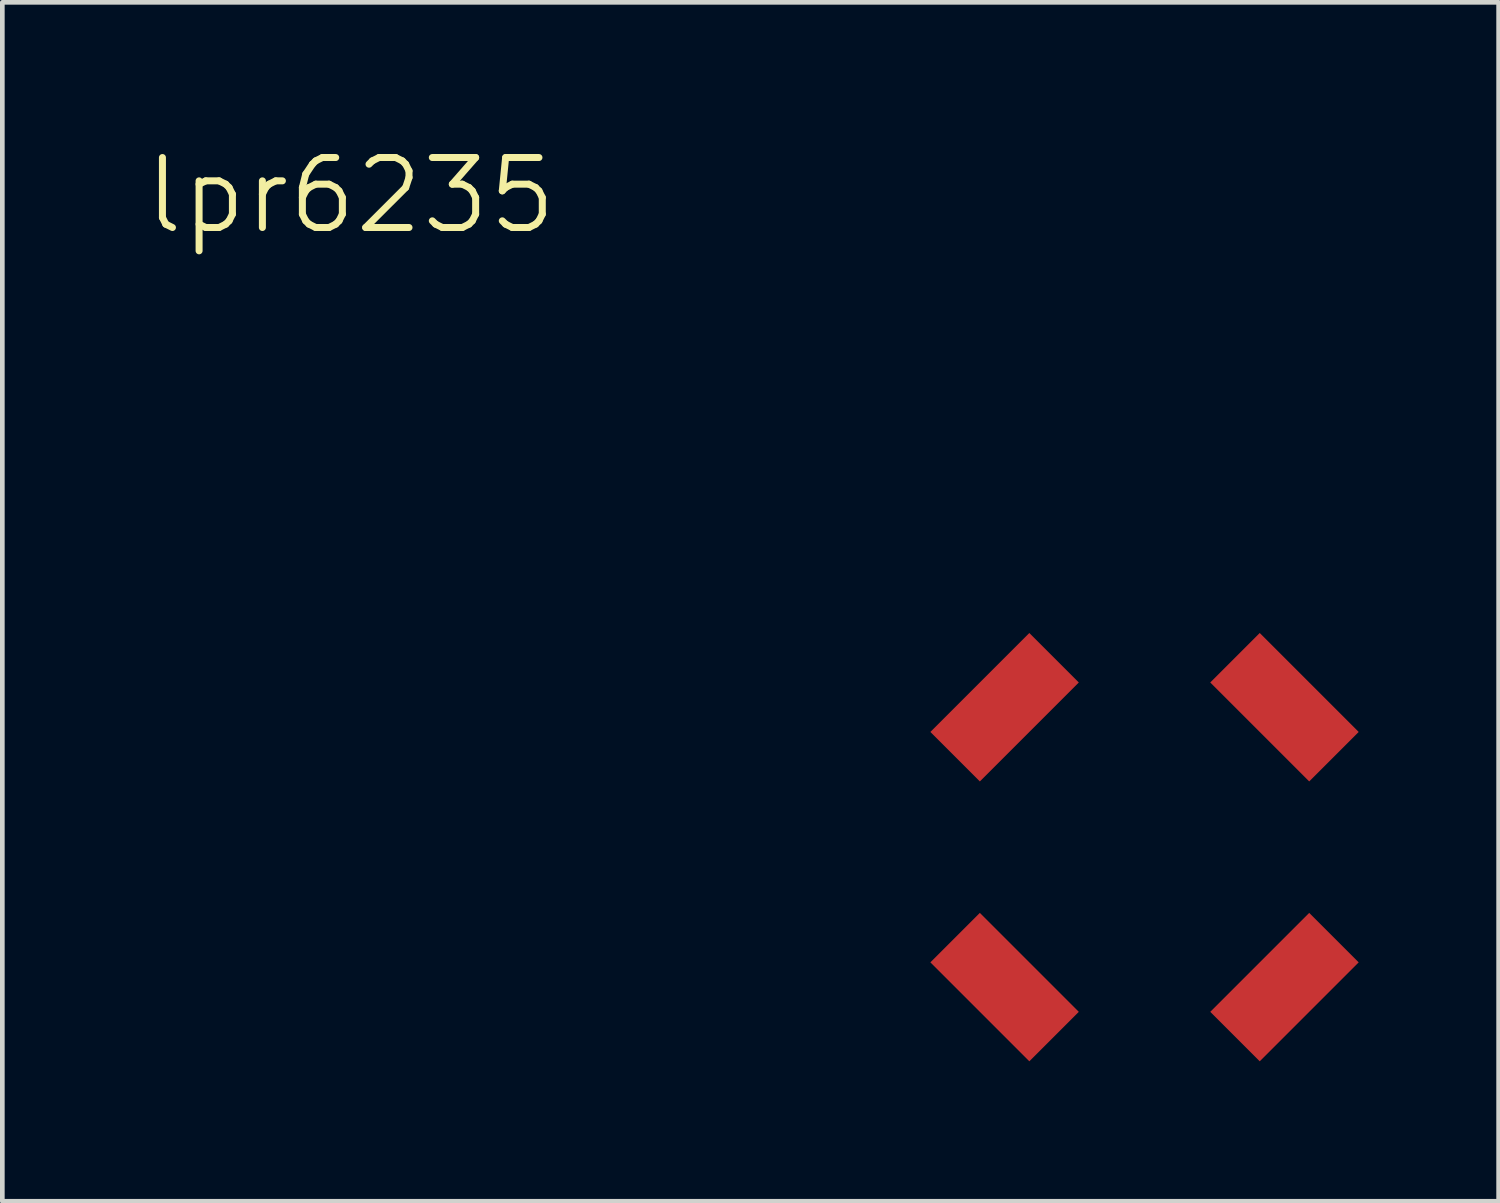
<source format=kicad_pcb>
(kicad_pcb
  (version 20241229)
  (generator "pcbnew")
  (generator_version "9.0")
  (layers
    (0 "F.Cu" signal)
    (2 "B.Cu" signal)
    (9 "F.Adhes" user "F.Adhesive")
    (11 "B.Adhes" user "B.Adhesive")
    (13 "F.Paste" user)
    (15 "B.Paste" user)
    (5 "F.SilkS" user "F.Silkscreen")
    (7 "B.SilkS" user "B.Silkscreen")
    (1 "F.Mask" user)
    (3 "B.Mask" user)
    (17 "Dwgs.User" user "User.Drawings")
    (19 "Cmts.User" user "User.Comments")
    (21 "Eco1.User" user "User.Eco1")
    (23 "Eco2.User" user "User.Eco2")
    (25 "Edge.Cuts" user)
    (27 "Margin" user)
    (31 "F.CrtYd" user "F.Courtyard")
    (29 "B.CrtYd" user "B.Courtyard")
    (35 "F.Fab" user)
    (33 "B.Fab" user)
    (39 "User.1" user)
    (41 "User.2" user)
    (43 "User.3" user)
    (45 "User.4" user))
  (footprint "lpr6235"
    (layer "F.Cu")
    (at 21.486 15.111)
    (property "Reference" "lpr6235" (at -17.018 -13.97 0) (layer "F.SilkS") (effects (font (size 1.5 1.5) (thickness 0.15))))
    (attr through_hole)
    (pad "1" smd rect (at -3 -3 45) (size 3 1.5) (layers "F.Cu" "F.Mask" "F.Paste"))
    (pad "2" smd rect (at -3 3 315) (size 3 1.5) (layers "F.Cu" "F.Mask" "F.Paste"))
    (pad "3" smd rect (at 3 3 45) (size 3 1.5) (layers "F.Cu" "F.Mask" "F.Paste"))
    (pad "4" smd rect (at 3 -3 315) (size 3 1.5) (layers "F.Cu" "F.Mask" "F.Paste")))
  (gr_rect
    (start -3 -3)
    (end 29.077 22.702)
    (stroke (width 0.1) (type default))
    (fill no)
    (layer "Edge.Cuts")))
</source>
